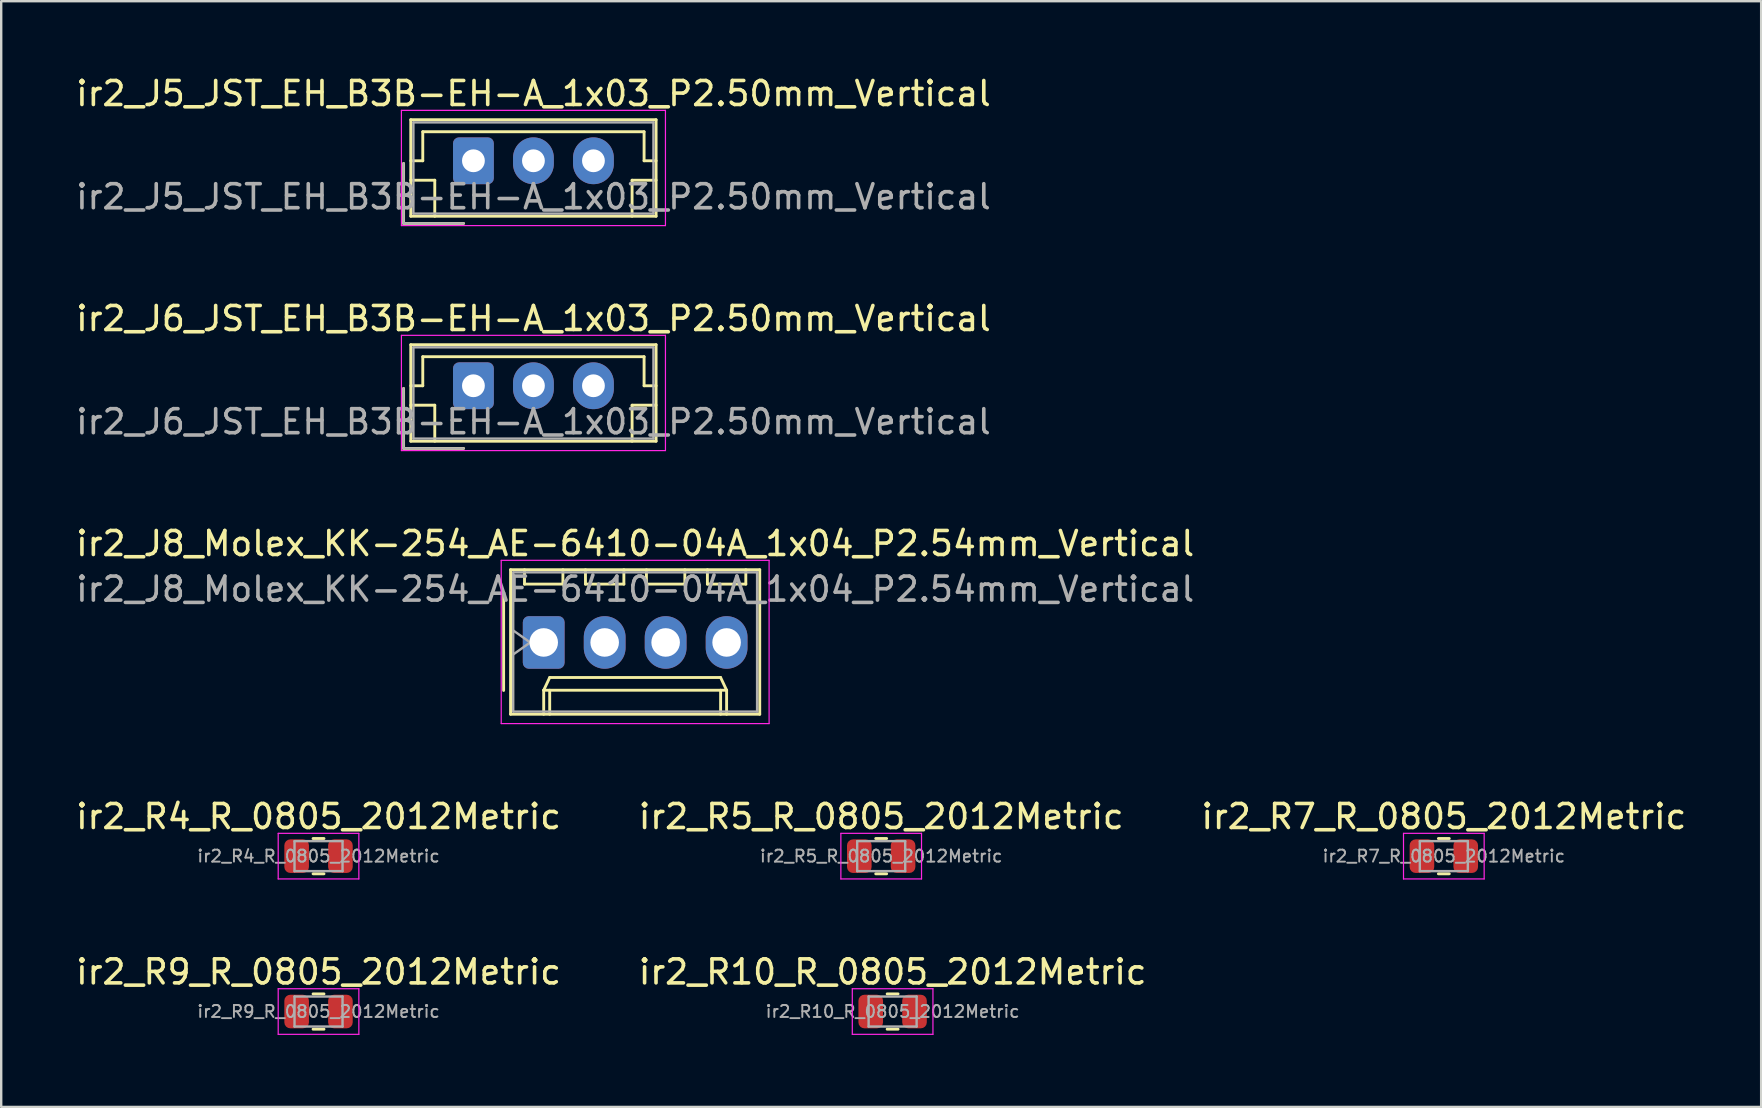
<source format=kicad_pcb>
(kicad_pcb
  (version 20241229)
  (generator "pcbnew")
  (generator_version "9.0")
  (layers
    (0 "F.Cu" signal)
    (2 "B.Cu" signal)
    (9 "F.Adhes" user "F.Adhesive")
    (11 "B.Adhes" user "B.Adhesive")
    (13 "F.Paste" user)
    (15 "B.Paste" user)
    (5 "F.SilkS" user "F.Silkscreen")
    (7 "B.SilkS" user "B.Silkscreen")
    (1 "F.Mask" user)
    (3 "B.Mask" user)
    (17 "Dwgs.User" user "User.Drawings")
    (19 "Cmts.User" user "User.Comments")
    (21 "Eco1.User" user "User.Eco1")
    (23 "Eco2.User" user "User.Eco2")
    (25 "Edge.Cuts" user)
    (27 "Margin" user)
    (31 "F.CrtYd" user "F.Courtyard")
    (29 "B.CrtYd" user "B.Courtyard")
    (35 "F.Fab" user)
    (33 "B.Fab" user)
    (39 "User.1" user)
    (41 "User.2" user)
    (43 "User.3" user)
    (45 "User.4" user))
  (footprint "ir2_J5_JST_EH_B3B-EH-A_1x03_P2.50mm_Vertical"
    (layer "F.Cu")
    (at 16.673 3.648)
    (property "Reference" "ir2_J5_JST_EH_B3B-EH-A_1x03_P2.50mm_Vertical" (at 2.5 -2.8 0) (layer "F.SilkS") (effects (font (size 1 1) (thickness 0.15))))
    (attr through_hole)
    (fp_line (start -2.91 0.11) (end -2.91 2.61) (stroke (width 0.12) (type solid)) (layer "F.SilkS"))
    (fp_line (start -2.91 2.61) (end -0.41 2.61) (stroke (width 0.12) (type solid)) (layer "F.SilkS"))
    (fp_line (start -2.61 -1.71) (end -2.61 2.31) (stroke (width 0.12) (type solid)) (layer "F.SilkS"))
    (fp_line (start -2.61 0) (end -2.11 0) (stroke (width 0.12) (type solid)) (layer "F.SilkS"))
    (fp_line (start -2.61 0.81) (end -1.61 0.81) (stroke (width 0.12) (type solid)) (layer "F.SilkS"))
    (fp_line (start -2.61 2.31) (end 7.61 2.31) (stroke (width 0.12) (type solid)) (layer "F.SilkS"))
    (fp_line (start -2.11 -1.21) (end 7.11 -1.21) (stroke (width 0.12) (type solid)) (layer "F.SilkS"))
    (fp_line (start -2.11 0) (end -2.11 -1.21) (stroke (width 0.12) (type solid)) (layer "F.SilkS"))
    (fp_line (start -1.61 0.81) (end -1.61 2.31) (stroke (width 0.12) (type solid)) (layer "F.SilkS"))
    (fp_line (start 6.61 0.81) (end 6.61 2.31) (stroke (width 0.12) (type solid)) (layer "F.SilkS"))
    (fp_line (start 7.11 -1.21) (end 7.11 0) (stroke (width 0.12) (type solid)) (layer "F.SilkS"))
    (fp_line (start 7.11 0) (end 7.61 0) (stroke (width 0.12) (type solid)) (layer "F.SilkS"))
    (fp_line (start 7.61 -1.71) (end -2.61 -1.71) (stroke (width 0.12) (type solid)) (layer "F.SilkS"))
    (fp_line (start 7.61 0.81) (end 6.61 0.81) (stroke (width 0.12) (type solid)) (layer "F.SilkS"))
    (fp_line (start 7.61 2.31) (end 7.61 -1.71) (stroke (width 0.12) (type solid)) (layer "F.SilkS"))
    (fp_line (start -3 -2.1) (end -3 2.7) (stroke (width 0.05) (type solid)) (layer "F.CrtYd"))
    (fp_line (start -3 2.7) (end 8 2.7) (stroke (width 0.05) (type solid)) (layer "F.CrtYd"))
    (fp_line (start 8 -2.1) (end -3 -2.1) (stroke (width 0.05) (type solid)) (layer "F.CrtYd"))
    (fp_line (start 8 2.7) (end 8 -2.1) (stroke (width 0.05) (type solid)) (layer "F.CrtYd"))
    (fp_line (start -2.91 0.11) (end -2.91 2.61) (stroke (width 0.1) (type solid)) (layer "F.Fab"))
    (fp_line (start -2.91 2.61) (end -0.41 2.61) (stroke (width 0.1) (type solid)) (layer "F.Fab"))
    (fp_line (start -2.5 -1.6) (end -2.5 2.2) (stroke (width 0.1) (type solid)) (layer "F.Fab"))
    (fp_line (start -2.5 2.2) (end 7.5 2.2) (stroke (width 0.1) (type solid)) (layer "F.Fab"))
    (fp_line (start 7.5 -1.6) (end -2.5 -1.6) (stroke (width 0.1) (type solid)) (layer "F.Fab"))
    (fp_line (start 7.5 2.2) (end 7.5 -1.6) (stroke (width 0.1) (type solid)) (layer "F.Fab"))
    (fp_text user "${REFERENCE}" (at 2.5 1.5 0) (layer "F.Fab") (effects (font (size 1 1) (thickness 0.15))))
    (pad "1" thru_hole roundrect (at 0 0) (size 1.7 1.95) (drill 0.95) (layers "*.Cu" "*.Mask") (roundrect_rratio 0.147))
    (pad "2" thru_hole oval (at 2.5 0) (size 1.7 1.95) (drill 0.95) (layers "*.Cu" "*.Mask"))
    (pad "3" thru_hole oval (at 5 0) (size 1.7 1.95) (drill 0.95) (layers "*.Cu" "*.Mask")))
  (footprint "ir2_J8_Molex_KK-254_AE-6410-04A_1x04_P2.54mm_Vertical"
    (layer "F.Cu")
    (at 19.601 23.715)
    (property "Reference" "ir2_J8_Molex_KK-254_AE-6410-04A_1x04_P2.54mm_Vertical" (at 3.81 -4.12 0) (layer "F.SilkS") (effects (font (size 1 1) (thickness 0.15))))
    (attr through_hole)
    (fp_line (start -1.67 -2) (end -1.67 2) (stroke (width 0.12) (type solid)) (layer "F.SilkS"))
    (fp_line (start -1.38 -3.03) (end -1.38 2.99) (stroke (width 0.12) (type solid)) (layer "F.SilkS"))
    (fp_line (start -1.38 2.99) (end 9 2.99) (stroke (width 0.12) (type solid)) (layer "F.SilkS"))
    (fp_line (start -0.8 -3.03) (end -0.8 -2.43) (stroke (width 0.12) (type solid)) (layer "F.SilkS"))
    (fp_line (start -0.8 -2.43) (end 0.8 -2.43) (stroke (width 0.12) (type solid)) (layer "F.SilkS"))
    (fp_line (start 0 1.99) (end 0.25 1.46) (stroke (width 0.12) (type solid)) (layer "F.SilkS"))
    (fp_line (start 0 1.99) (end 7.62 1.99) (stroke (width 0.12) (type solid)) (layer "F.SilkS"))
    (fp_line (start 0 2.99) (end 0 1.99) (stroke (width 0.12) (type solid)) (layer "F.SilkS"))
    (fp_line (start 0.25 1.46) (end 7.37 1.46) (stroke (width 0.12) (type solid)) (layer "F.SilkS"))
    (fp_line (start 0.25 2.99) (end 0.25 1.99) (stroke (width 0.12) (type solid)) (layer "F.SilkS"))
    (fp_line (start 0.8 -2.43) (end 0.8 -3.03) (stroke (width 0.12) (type solid)) (layer "F.SilkS"))
    (fp_line (start 1.74 -3.03) (end 1.74 -2.43) (stroke (width 0.12) (type solid)) (layer "F.SilkS"))
    (fp_line (start 1.74 -2.43) (end 3.34 -2.43) (stroke (width 0.12) (type solid)) (layer "F.SilkS"))
    (fp_line (start 3.34 -2.43) (end 3.34 -3.03) (stroke (width 0.12) (type solid)) (layer "F.SilkS"))
    (fp_line (start 4.28 -3.03) (end 4.28 -2.43) (stroke (width 0.12) (type solid)) (layer "F.SilkS"))
    (fp_line (start 4.28 -2.43) (end 5.88 -2.43) (stroke (width 0.12) (type solid)) (layer "F.SilkS"))
    (fp_line (start 5.88 -2.43) (end 5.88 -3.03) (stroke (width 0.12) (type solid)) (layer "F.SilkS"))
    (fp_line (start 6.82 -3.03) (end 6.82 -2.43) (stroke (width 0.12) (type solid)) (layer "F.SilkS"))
    (fp_line (start 6.82 -2.43) (end 8.42 -2.43) (stroke (width 0.12) (type solid)) (layer "F.SilkS"))
    (fp_line (start 7.37 1.46) (end 7.62 1.99) (stroke (width 0.12) (type solid)) (layer "F.SilkS"))
    (fp_line (start 7.37 2.99) (end 7.37 1.99) (stroke (width 0.12) (type solid)) (layer "F.SilkS"))
    (fp_line (start 7.62 1.99) (end 7.62 2.99) (stroke (width 0.12) (type solid)) (layer "F.SilkS"))
    (fp_line (start 8.42 -2.43) (end 8.42 -3.03) (stroke (width 0.12) (type solid)) (layer "F.SilkS"))
    (fp_line (start 9 -3.03) (end -1.38 -3.03) (stroke (width 0.12) (type solid)) (layer "F.SilkS"))
    (fp_line (start 9 2.99) (end 9 -3.03) (stroke (width 0.12) (type solid)) (layer "F.SilkS"))
    (fp_line (start -1.77 -3.42) (end -1.77 3.38) (stroke (width 0.05) (type solid)) (layer "F.CrtYd"))
    (fp_line (start -1.77 3.38) (end 9.39 3.38) (stroke (width 0.05) (type solid)) (layer "F.CrtYd"))
    (fp_line (start 9.39 -3.42) (end -1.77 -3.42) (stroke (width 0.05) (type solid)) (layer "F.CrtYd"))
    (fp_line (start 9.39 3.38) (end 9.39 -3.42) (stroke (width 0.05) (type solid)) (layer "F.CrtYd"))
    (fp_line (start -1.27 -2.92) (end -1.27 2.88) (stroke (width 0.1) (type solid)) (layer "F.Fab"))
    (fp_line (start -1.27 -0.5) (end -0.563 0) (stroke (width 0.1) (type solid)) (layer "F.Fab"))
    (fp_line (start -1.27 2.88) (end 8.89 2.88) (stroke (width 0.1) (type solid)) (layer "F.Fab"))
    (fp_line (start -0.563 0) (end -1.27 0.5) (stroke (width 0.1) (type solid)) (layer "F.Fab"))
    (fp_line (start 8.89 -2.92) (end -1.27 -2.92) (stroke (width 0.1) (type solid)) (layer "F.Fab"))
    (fp_line (start 8.89 2.88) (end 8.89 -2.92) (stroke (width 0.1) (type solid)) (layer "F.Fab"))
    (fp_text user "${REFERENCE}" (at 3.81 -2.22 0) (layer "F.Fab") (effects (font (size 1 1) (thickness 0.15))))
    (pad "1" thru_hole roundrect (at 0 0) (size 1.74 2.19) (drill 1.19) (layers "*.Cu" "*.Mask") (roundrect_rratio 0.144))
    (pad "2" thru_hole oval (at 2.54 0) (size 1.74 2.19) (drill 1.19) (layers "*.Cu" "*.Mask"))
    (pad "3" thru_hole oval (at 5.08 0) (size 1.74 2.19) (drill 1.19) (layers "*.Cu" "*.Mask"))
    (pad "4" thru_hole oval (at 7.62 0) (size 1.74 2.19) (drill 1.19) (layers "*.Cu" "*.Mask")))
  (footprint "ir2_R4_R_0805_2012Metric"
    (layer "F.Cu")
    (at 10.22 32.618)
    (property "Reference" "ir2_R4_R_0805_2012Metric" (at 0 -1.65 0) (layer "F.SilkS") (effects (font (size 1 1) (thickness 0.15))))
    (attr smd)
    (fp_line (start -0.227 -0.735) (end 0.227 -0.735) (stroke (width 0.12) (type solid)) (layer "F.SilkS"))
    (fp_line (start -0.227 0.735) (end 0.227 0.735) (stroke (width 0.12) (type solid)) (layer "F.SilkS"))
    (fp_line (start -1.68 -0.95) (end 1.68 -0.95) (stroke (width 0.05) (type solid)) (layer "F.CrtYd"))
    (fp_line (start -1.68 0.95) (end -1.68 -0.95) (stroke (width 0.05) (type solid)) (layer "F.CrtYd"))
    (fp_line (start 1.68 -0.95) (end 1.68 0.95) (stroke (width 0.05) (type solid)) (layer "F.CrtYd"))
    (fp_line (start 1.68 0.95) (end -1.68 0.95) (stroke (width 0.05) (type solid)) (layer "F.CrtYd"))
    (fp_line (start -1 -0.625) (end 1 -0.625) (stroke (width 0.1) (type solid)) (layer "F.Fab"))
    (fp_line (start -1 0.625) (end -1 -0.625) (stroke (width 0.1) (type solid)) (layer "F.Fab"))
    (fp_line (start 1 -0.625) (end 1 0.625) (stroke (width 0.1) (type solid)) (layer "F.Fab"))
    (fp_line (start 1 0.625) (end -1 0.625) (stroke (width 0.1) (type solid)) (layer "F.Fab"))
    (fp_text user "${REFERENCE}" (at 0 0 0) (layer "F.Fab") (effects (font (size 0.5 0.5) (thickness 0.08))))
    (pad "1" smd roundrect (at -0.912 0) (size 1.025 1.4) (layers "F.Cu" "F.Mask" "F.Paste") (roundrect_rratio 0.244))
    (pad "2" smd roundrect (at 0.912 0) (size 1.025 1.4) (layers "F.Cu" "F.Mask" "F.Paste") (roundrect_rratio 0.244)))
  (footprint "ir2_R5_R_0805_2012Metric"
    (layer "F.Cu")
    (at 33.661 32.618)
    (property "Reference" "ir2_R5_R_0805_2012Metric" (at 0 -1.65 0) (layer "F.SilkS") (effects (font (size 1 1) (thickness 0.15))))
    (attr smd)
    (fp_line (start -0.227 -0.735) (end 0.227 -0.735) (stroke (width 0.12) (type solid)) (layer "F.SilkS"))
    (fp_line (start -0.227 0.735) (end 0.227 0.735) (stroke (width 0.12) (type solid)) (layer "F.SilkS"))
    (fp_line (start -1.68 -0.95) (end 1.68 -0.95) (stroke (width 0.05) (type solid)) (layer "F.CrtYd"))
    (fp_line (start -1.68 0.95) (end -1.68 -0.95) (stroke (width 0.05) (type solid)) (layer "F.CrtYd"))
    (fp_line (start 1.68 -0.95) (end 1.68 0.95) (stroke (width 0.05) (type solid)) (layer "F.CrtYd"))
    (fp_line (start 1.68 0.95) (end -1.68 0.95) (stroke (width 0.05) (type solid)) (layer "F.CrtYd"))
    (fp_line (start -1 -0.625) (end 1 -0.625) (stroke (width 0.1) (type solid)) (layer "F.Fab"))
    (fp_line (start -1 0.625) (end -1 -0.625) (stroke (width 0.1) (type solid)) (layer "F.Fab"))
    (fp_line (start 1 -0.625) (end 1 0.625) (stroke (width 0.1) (type solid)) (layer "F.Fab"))
    (fp_line (start 1 0.625) (end -1 0.625) (stroke (width 0.1) (type solid)) (layer "F.Fab"))
    (fp_text user "${REFERENCE}" (at 0 0 0) (layer "F.Fab") (effects (font (size 0.5 0.5) (thickness 0.08))))
    (pad "1" smd roundrect (at -0.912 0) (size 1.025 1.4) (layers "F.Cu" "F.Mask" "F.Paste") (roundrect_rratio 0.244))
    (pad "2" smd roundrect (at 0.912 0) (size 1.025 1.4) (layers "F.Cu" "F.Mask" "F.Paste") (roundrect_rratio 0.244)))
  (footprint "ir2_R7_R_0805_2012Metric"
    (layer "F.Cu")
    (at 57.101 32.618)
    (property "Reference" "ir2_R7_R_0805_2012Metric" (at 0 -1.65 0) (layer "F.SilkS") (effects (font (size 1 1) (thickness 0.15))))
    (attr smd)
    (fp_line (start -0.227 -0.735) (end 0.227 -0.735) (stroke (width 0.12) (type solid)) (layer "F.SilkS"))
    (fp_line (start -0.227 0.735) (end 0.227 0.735) (stroke (width 0.12) (type solid)) (layer "F.SilkS"))
    (fp_line (start -1.68 -0.95) (end 1.68 -0.95) (stroke (width 0.05) (type solid)) (layer "F.CrtYd"))
    (fp_line (start -1.68 0.95) (end -1.68 -0.95) (stroke (width 0.05) (type solid)) (layer "F.CrtYd"))
    (fp_line (start 1.68 -0.95) (end 1.68 0.95) (stroke (width 0.05) (type solid)) (layer "F.CrtYd"))
    (fp_line (start 1.68 0.95) (end -1.68 0.95) (stroke (width 0.05) (type solid)) (layer "F.CrtYd"))
    (fp_line (start -1 -0.625) (end 1 -0.625) (stroke (width 0.1) (type solid)) (layer "F.Fab"))
    (fp_line (start -1 0.625) (end -1 -0.625) (stroke (width 0.1) (type solid)) (layer "F.Fab"))
    (fp_line (start 1 -0.625) (end 1 0.625) (stroke (width 0.1) (type solid)) (layer "F.Fab"))
    (fp_line (start 1 0.625) (end -1 0.625) (stroke (width 0.1) (type solid)) (layer "F.Fab"))
    (fp_text user "${REFERENCE}" (at 0 0 0) (layer "F.Fab") (effects (font (size 0.5 0.5) (thickness 0.08))))
    (pad "1" smd roundrect (at -0.912 0) (size 1.025 1.4) (layers "F.Cu" "F.Mask" "F.Paste") (roundrect_rratio 0.244))
    (pad "2" smd roundrect (at 0.912 0) (size 1.025 1.4) (layers "F.Cu" "F.Mask" "F.Paste") (roundrect_rratio 0.244)))
  (footprint "ir2_J6_JST_EH_B3B-EH-A_1x03_P2.50mm_Vertical"
    (layer "F.Cu")
    (at 16.673 13.021)
    (property "Reference" "ir2_J6_JST_EH_B3B-EH-A_1x03_P2.50mm_Vertical" (at 2.5 -2.8 0) (layer "F.SilkS") (effects (font (size 1 1) (thickness 0.15))))
    (attr through_hole)
    (fp_line (start -2.91 0.11) (end -2.91 2.61) (stroke (width 0.12) (type solid)) (layer "F.SilkS"))
    (fp_line (start -2.91 2.61) (end -0.41 2.61) (stroke (width 0.12) (type solid)) (layer "F.SilkS"))
    (fp_line (start -2.61 -1.71) (end -2.61 2.31) (stroke (width 0.12) (type solid)) (layer "F.SilkS"))
    (fp_line (start -2.61 0) (end -2.11 0) (stroke (width 0.12) (type solid)) (layer "F.SilkS"))
    (fp_line (start -2.61 0.81) (end -1.61 0.81) (stroke (width 0.12) (type solid)) (layer "F.SilkS"))
    (fp_line (start -2.61 2.31) (end 7.61 2.31) (stroke (width 0.12) (type solid)) (layer "F.SilkS"))
    (fp_line (start -2.11 -1.21) (end 7.11 -1.21) (stroke (width 0.12) (type solid)) (layer "F.SilkS"))
    (fp_line (start -2.11 0) (end -2.11 -1.21) (stroke (width 0.12) (type solid)) (layer "F.SilkS"))
    (fp_line (start -1.61 0.81) (end -1.61 2.31) (stroke (width 0.12) (type solid)) (layer "F.SilkS"))
    (fp_line (start 6.61 0.81) (end 6.61 2.31) (stroke (width 0.12) (type solid)) (layer "F.SilkS"))
    (fp_line (start 7.11 -1.21) (end 7.11 0) (stroke (width 0.12) (type solid)) (layer "F.SilkS"))
    (fp_line (start 7.11 0) (end 7.61 0) (stroke (width 0.12) (type solid)) (layer "F.SilkS"))
    (fp_line (start 7.61 -1.71) (end -2.61 -1.71) (stroke (width 0.12) (type solid)) (layer "F.SilkS"))
    (fp_line (start 7.61 0.81) (end 6.61 0.81) (stroke (width 0.12) (type solid)) (layer "F.SilkS"))
    (fp_line (start 7.61 2.31) (end 7.61 -1.71) (stroke (width 0.12) (type solid)) (layer "F.SilkS"))
    (fp_line (start -3 -2.1) (end -3 2.7) (stroke (width 0.05) (type solid)) (layer "F.CrtYd"))
    (fp_line (start -3 2.7) (end 8 2.7) (stroke (width 0.05) (type solid)) (layer "F.CrtYd"))
    (fp_line (start 8 -2.1) (end -3 -2.1) (stroke (width 0.05) (type solid)) (layer "F.CrtYd"))
    (fp_line (start 8 2.7) (end 8 -2.1) (stroke (width 0.05) (type solid)) (layer "F.CrtYd"))
    (fp_line (start -2.91 0.11) (end -2.91 2.61) (stroke (width 0.1) (type solid)) (layer "F.Fab"))
    (fp_line (start -2.91 2.61) (end -0.41 2.61) (stroke (width 0.1) (type solid)) (layer "F.Fab"))
    (fp_line (start -2.5 -1.6) (end -2.5 2.2) (stroke (width 0.1) (type solid)) (layer "F.Fab"))
    (fp_line (start -2.5 2.2) (end 7.5 2.2) (stroke (width 0.1) (type solid)) (layer "F.Fab"))
    (fp_line (start 7.5 -1.6) (end -2.5 -1.6) (stroke (width 0.1) (type solid)) (layer "F.Fab"))
    (fp_line (start 7.5 2.2) (end 7.5 -1.6) (stroke (width 0.1) (type solid)) (layer "F.Fab"))
    (fp_text user "${REFERENCE}" (at 2.5 1.5 0) (layer "F.Fab") (effects (font (size 1 1) (thickness 0.15))))
    (pad "1" thru_hole roundrect (at 0 0) (size 1.7 1.95) (drill 0.95) (layers "*.Cu" "*.Mask") (roundrect_rratio 0.147))
    (pad "2" thru_hole oval (at 2.5 0) (size 1.7 1.95) (drill 0.95) (layers "*.Cu" "*.Mask"))
    (pad "3" thru_hole oval (at 5 0) (size 1.7 1.95) (drill 0.95) (layers "*.Cu" "*.Mask")))
  (footprint "ir2_R10_R_0805_2012Metric"
    (layer "F.Cu")
    (at 34.137 39.091)
    (property "Reference" "ir2_R10_R_0805_2012Metric" (at 0 -1.65 0) (layer "F.SilkS") (effects (font (size 1 1) (thickness 0.15))))
    (attr smd)
    (fp_line (start -0.227 -0.735) (end 0.227 -0.735) (stroke (width 0.12) (type solid)) (layer "F.SilkS"))
    (fp_line (start -0.227 0.735) (end 0.227 0.735) (stroke (width 0.12) (type solid)) (layer "F.SilkS"))
    (fp_line (start -1.68 -0.95) (end 1.68 -0.95) (stroke (width 0.05) (type solid)) (layer "F.CrtYd"))
    (fp_line (start -1.68 0.95) (end -1.68 -0.95) (stroke (width 0.05) (type solid)) (layer "F.CrtYd"))
    (fp_line (start 1.68 -0.95) (end 1.68 0.95) (stroke (width 0.05) (type solid)) (layer "F.CrtYd"))
    (fp_line (start 1.68 0.95) (end -1.68 0.95) (stroke (width 0.05) (type solid)) (layer "F.CrtYd"))
    (fp_line (start -1 -0.625) (end 1 -0.625) (stroke (width 0.1) (type solid)) (layer "F.Fab"))
    (fp_line (start -1 0.625) (end -1 -0.625) (stroke (width 0.1) (type solid)) (layer "F.Fab"))
    (fp_line (start 1 -0.625) (end 1 0.625) (stroke (width 0.1) (type solid)) (layer "F.Fab"))
    (fp_line (start 1 0.625) (end -1 0.625) (stroke (width 0.1) (type solid)) (layer "F.Fab"))
    (fp_text user "${REFERENCE}" (at 0 0 0) (layer "F.Fab") (effects (font (size 0.5 0.5) (thickness 0.08))))
    (pad "1" smd roundrect (at -0.912 0) (size 1.025 1.4) (layers "F.Cu" "F.Mask" "F.Paste") (roundrect_rratio 0.244))
    (pad "2" smd roundrect (at 0.912 0) (size 1.025 1.4) (layers "F.Cu" "F.Mask" "F.Paste") (roundrect_rratio 0.244)))
  (footprint "ir2_R9_R_0805_2012Metric"
    (layer "F.Cu")
    (at 10.22 39.091)
    (property "Reference" "ir2_R9_R_0805_2012Metric" (at 0 -1.65 0) (layer "F.SilkS") (effects (font (size 1 1) (thickness 0.15))))
    (attr smd)
    (fp_line (start -0.227 -0.735) (end 0.227 -0.735) (stroke (width 0.12) (type solid)) (layer "F.SilkS"))
    (fp_line (start -0.227 0.735) (end 0.227 0.735) (stroke (width 0.12) (type solid)) (layer "F.SilkS"))
    (fp_line (start -1.68 -0.95) (end 1.68 -0.95) (stroke (width 0.05) (type solid)) (layer "F.CrtYd"))
    (fp_line (start -1.68 0.95) (end -1.68 -0.95) (stroke (width 0.05) (type solid)) (layer "F.CrtYd"))
    (fp_line (start 1.68 -0.95) (end 1.68 0.95) (stroke (width 0.05) (type solid)) (layer "F.CrtYd"))
    (fp_line (start 1.68 0.95) (end -1.68 0.95) (stroke (width 0.05) (type solid)) (layer "F.CrtYd"))
    (fp_line (start -1 -0.625) (end 1 -0.625) (stroke (width 0.1) (type solid)) (layer "F.Fab"))
    (fp_line (start -1 0.625) (end -1 -0.625) (stroke (width 0.1) (type solid)) (layer "F.Fab"))
    (fp_line (start 1 -0.625) (end 1 0.625) (stroke (width 0.1) (type solid)) (layer "F.Fab"))
    (fp_line (start 1 0.625) (end -1 0.625) (stroke (width 0.1) (type solid)) (layer "F.Fab"))
    (fp_text user "${REFERENCE}" (at 0 0 0) (layer "F.Fab") (effects (font (size 0.5 0.5) (thickness 0.08))))
    (pad "1" smd roundrect (at -0.912 0) (size 1.025 1.4) (layers "F.Cu" "F.Mask" "F.Paste") (roundrect_rratio 0.244))
    (pad "2" smd roundrect (at 0.912 0) (size 1.025 1.4) (layers "F.Cu" "F.Mask" "F.Paste") (roundrect_rratio 0.244)))
  (gr_rect
    (start -3 -3)
    (end 70.321 43.066)
    (stroke (width 0.1) (type default))
    (fill no)
    (layer "Edge.Cuts")))
</source>
